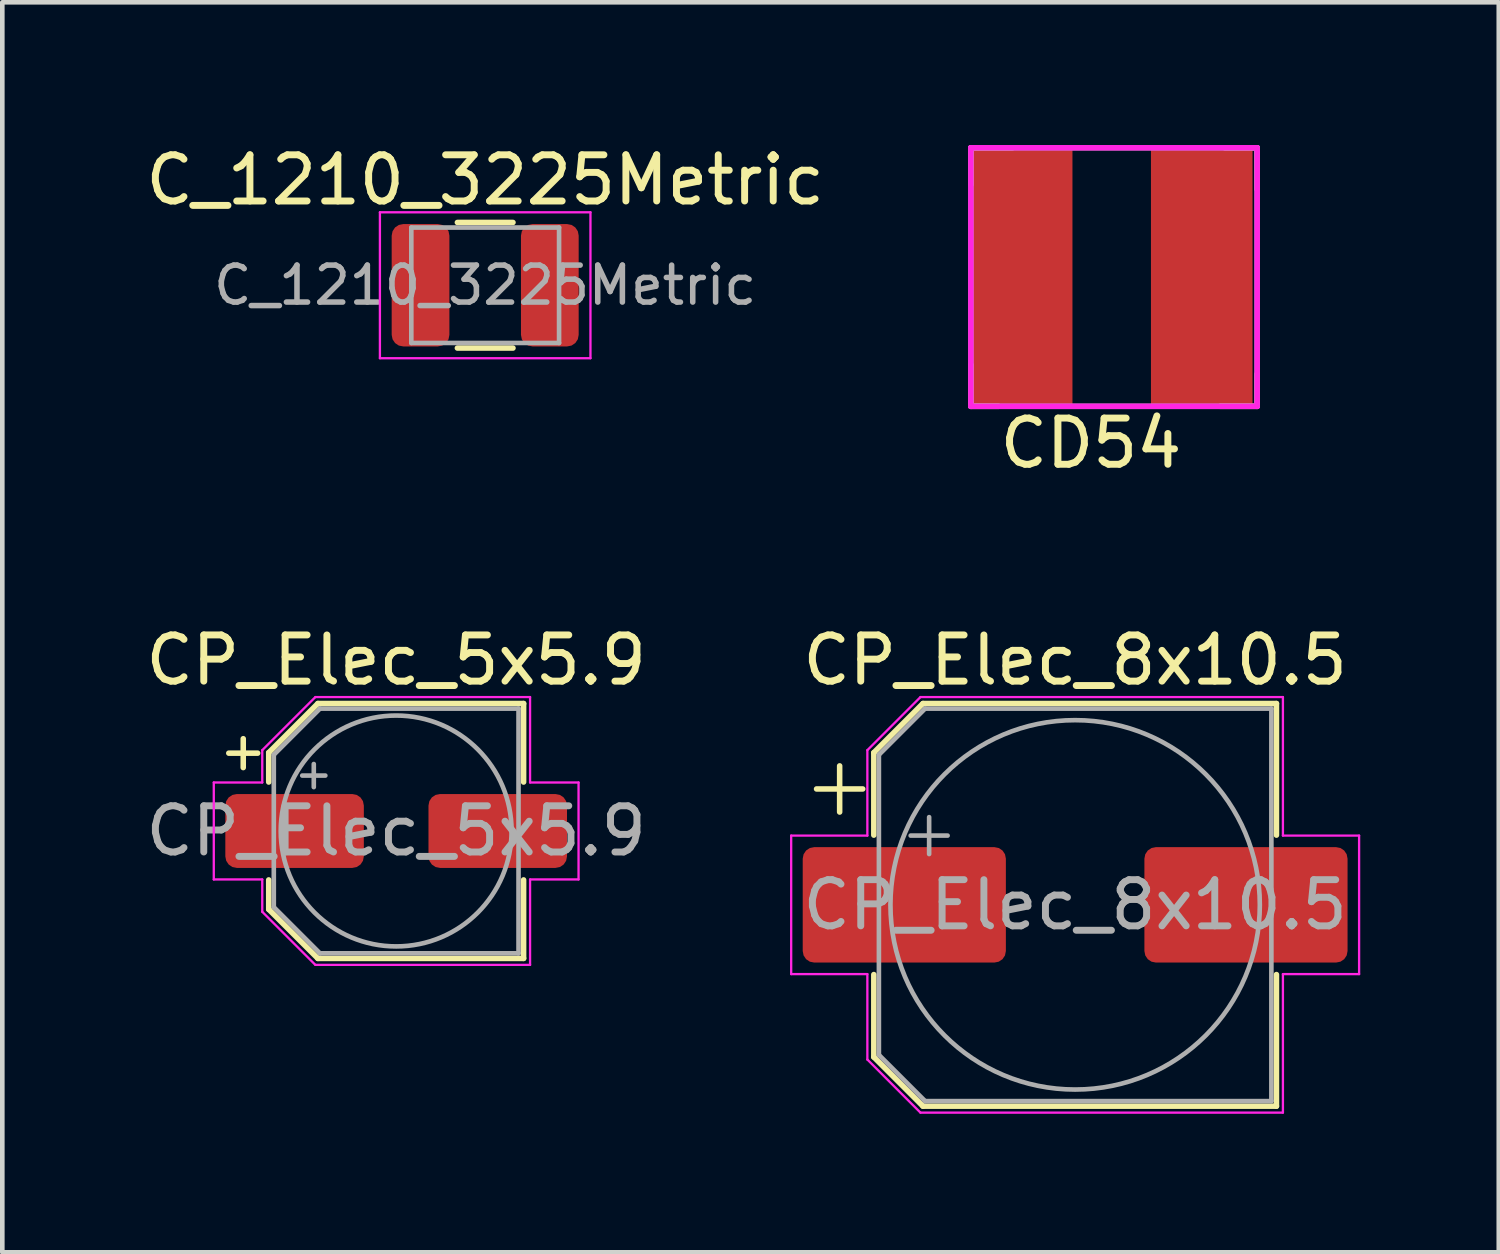
<source format=kicad_pcb>
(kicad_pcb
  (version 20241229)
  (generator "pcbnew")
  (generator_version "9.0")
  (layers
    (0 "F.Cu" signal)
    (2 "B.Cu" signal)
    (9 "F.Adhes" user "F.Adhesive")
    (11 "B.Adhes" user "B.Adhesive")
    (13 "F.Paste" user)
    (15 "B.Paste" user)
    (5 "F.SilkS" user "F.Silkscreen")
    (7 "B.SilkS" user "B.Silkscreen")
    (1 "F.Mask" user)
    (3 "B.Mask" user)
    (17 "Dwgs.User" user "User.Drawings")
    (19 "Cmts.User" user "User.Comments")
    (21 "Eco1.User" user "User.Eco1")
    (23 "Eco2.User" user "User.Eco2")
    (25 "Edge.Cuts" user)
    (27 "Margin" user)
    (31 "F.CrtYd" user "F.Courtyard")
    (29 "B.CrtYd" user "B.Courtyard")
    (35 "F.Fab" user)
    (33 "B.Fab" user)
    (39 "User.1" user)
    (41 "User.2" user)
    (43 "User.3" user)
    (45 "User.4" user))
  (footprint "CP_Elec_8x10.5"
    (layer "F.Cu")
    (at 20.235 16.547)
    (property "Reference" "CP_Elec_8x10.5" (at 0 -5.3 0) (layer "F.SilkS") (effects (font (size 1 1) (thickness 0.15))))
    (attr smd)
    (fp_line (start -5.6 -2.51) (end -4.6 -2.51) (stroke (width 0.12) (type solid)) (layer "F.SilkS"))
    (fp_line (start -5.1 -3.01) (end -5.1 -2.01) (stroke (width 0.12) (type solid)) (layer "F.SilkS"))
    (fp_line (start -4.36 -3.296) (end -4.36 -1.51) (stroke (width 0.12) (type solid)) (layer "F.SilkS"))
    (fp_line (start -4.36 -3.296) (end -3.296 -4.36) (stroke (width 0.12) (type solid)) (layer "F.SilkS"))
    (fp_line (start -4.36 3.296) (end -4.36 1.51) (stroke (width 0.12) (type solid)) (layer "F.SilkS"))
    (fp_line (start -4.36 3.296) (end -3.296 4.36) (stroke (width 0.12) (type solid)) (layer "F.SilkS"))
    (fp_line (start -3.296 -4.36) (end 4.36 -4.36) (stroke (width 0.12) (type solid)) (layer "F.SilkS"))
    (fp_line (start -3.296 4.36) (end 4.36 4.36) (stroke (width 0.12) (type solid)) (layer "F.SilkS"))
    (fp_line (start 4.36 -4.36) (end 4.36 -1.51) (stroke (width 0.12) (type solid)) (layer "F.SilkS"))
    (fp_line (start 4.36 4.36) (end 4.36 1.51) (stroke (width 0.12) (type solid)) (layer "F.SilkS"))
    (fp_line (start -6.15 -1.5) (end -6.15 1.5) (stroke (width 0.05) (type solid)) (layer "F.CrtYd"))
    (fp_line (start -6.15 1.5) (end -4.5 1.5) (stroke (width 0.05) (type solid)) (layer "F.CrtYd"))
    (fp_line (start -4.5 -3.35) (end -4.5 -1.5) (stroke (width 0.05) (type solid)) (layer "F.CrtYd"))
    (fp_line (start -4.5 -3.35) (end -3.35 -4.5) (stroke (width 0.05) (type solid)) (layer "F.CrtYd"))
    (fp_line (start -4.5 -1.5) (end -6.15 -1.5) (stroke (width 0.05) (type solid)) (layer "F.CrtYd"))
    (fp_line (start -4.5 1.5) (end -4.5 3.35) (stroke (width 0.05) (type solid)) (layer "F.CrtYd"))
    (fp_line (start -4.5 3.35) (end -3.35 4.5) (stroke (width 0.05) (type solid)) (layer "F.CrtYd"))
    (fp_line (start -3.35 -4.5) (end 4.5 -4.5) (stroke (width 0.05) (type solid)) (layer "F.CrtYd"))
    (fp_line (start -3.35 4.5) (end 4.5 4.5) (stroke (width 0.05) (type solid)) (layer "F.CrtYd"))
    (fp_line (start 4.5 -4.5) (end 4.5 -1.5) (stroke (width 0.05) (type solid)) (layer "F.CrtYd"))
    (fp_line (start 4.5 -1.5) (end 6.15 -1.5) (stroke (width 0.05) (type solid)) (layer "F.CrtYd"))
    (fp_line (start 4.5 1.5) (end 4.5 4.5) (stroke (width 0.05) (type solid)) (layer "F.CrtYd"))
    (fp_line (start 6.15 -1.5) (end 6.15 1.5) (stroke (width 0.05) (type solid)) (layer "F.CrtYd"))
    (fp_line (start 6.15 1.5) (end 4.5 1.5) (stroke (width 0.05) (type solid)) (layer "F.CrtYd"))
    (fp_line (start -4.25 -3.25) (end -4.25 3.25) (stroke (width 0.1) (type solid)) (layer "F.Fab"))
    (fp_line (start -4.25 -3.25) (end -3.25 -4.25) (stroke (width 0.1) (type solid)) (layer "F.Fab"))
    (fp_line (start -4.25 3.25) (end -3.25 4.25) (stroke (width 0.1) (type solid)) (layer "F.Fab"))
    (fp_line (start -3.562 -1.5) (end -2.762 -1.5) (stroke (width 0.1) (type solid)) (layer "F.Fab"))
    (fp_line (start -3.25 -4.25) (end 4.25 -4.25) (stroke (width 0.1) (type solid)) (layer "F.Fab"))
    (fp_line (start -3.25 4.25) (end 4.25 4.25) (stroke (width 0.1) (type solid)) (layer "F.Fab"))
    (fp_line (start -3.162 -1.9) (end -3.162 -1.1) (stroke (width 0.1) (type solid)) (layer "F.Fab"))
    (fp_line (start 4.25 -4.25) (end 4.25 4.25) (stroke (width 0.1) (type solid)) (layer "F.Fab"))
    (fp_circle (center 0 0) (end 4 0) (stroke (width 0.1) (type solid)) (fill no) (layer "F.Fab"))
    (fp_text user "${REFERENCE}" (at 0 0 0) (layer "F.Fab") (effects (font (size 1 1) (thickness 0.15))))
    (pad "1" smd roundrect (at -3.7 0) (size 4.4 2.5) (layers "F.Cu" "F.Mask" "F.Paste") (roundrect_rratio 0.1))
    (pad "2" smd roundrect (at 3.7 0) (size 4.4 2.5) (layers "F.Cu" "F.Mask" "F.Paste") (roundrect_rratio 0.1)))
  (footprint "C_1210_3225Metric"
    (layer "F.Cu")
    (at 7.458 3.128)
    (property "Reference" "C_1210_3225Metric" (at 0 -2.28 0) (layer "F.SilkS") (effects (font (size 1 1) (thickness 0.15))))
    (attr smd)
    (fp_line (start -0.602 -1.36) (end 0.602 -1.36) (stroke (width 0.12) (type solid)) (layer "F.SilkS"))
    (fp_line (start -0.602 1.36) (end 0.602 1.36) (stroke (width 0.12) (type solid)) (layer "F.SilkS"))
    (fp_line (start -2.28 -1.58) (end 2.28 -1.58) (stroke (width 0.05) (type solid)) (layer "F.CrtYd"))
    (fp_line (start -2.28 1.58) (end -2.28 -1.58) (stroke (width 0.05) (type solid)) (layer "F.CrtYd"))
    (fp_line (start 2.28 -1.58) (end 2.28 1.58) (stroke (width 0.05) (type solid)) (layer "F.CrtYd"))
    (fp_line (start 2.28 1.58) (end -2.28 1.58) (stroke (width 0.05) (type solid)) (layer "F.CrtYd"))
    (fp_line (start -1.6 -1.25) (end 1.6 -1.25) (stroke (width 0.1) (type solid)) (layer "F.Fab"))
    (fp_line (start -1.6 1.25) (end -1.6 -1.25) (stroke (width 0.1) (type solid)) (layer "F.Fab"))
    (fp_line (start 1.6 -1.25) (end 1.6 1.25) (stroke (width 0.1) (type solid)) (layer "F.Fab"))
    (fp_line (start 1.6 1.25) (end -1.6 1.25) (stroke (width 0.1) (type solid)) (layer "F.Fab"))
    (fp_text user "${REFERENCE}" (at 0 0 0) (layer "F.Fab") (effects (font (size 0.8 0.8) (thickness 0.12))))
    (pad "1" smd roundrect (at -1.4 0) (size 1.25 2.65) (layers "F.Cu" "F.Mask" "F.Paste") (roundrect_rratio 0.2))
    (pad "2" smd roundrect (at 1.4 0) (size 1.25 2.65) (layers "F.Cu" "F.Mask" "F.Paste") (roundrect_rratio 0.2)))
  (footprint "CD54"
    (layer "F.Cu")
    (at 21.077 0.25)
    (property "Reference" "CD54" (at -0.5 6.3 0) (layer "F.SilkS") (effects (font (size 1 1) (thickness 0.15))))
    (attr smd)
    (fp_line (start -3.1 -0.1) (end -3.1 0.7) (stroke (width 0.12) (type solid)) (layer "F.SilkS"))
    (fp_line (start -3.1 4.6) (end -3.1 5.5) (stroke (width 0.12) (type solid)) (layer "F.SilkS"))
    (fp_line (start -3.1 5.5) (end -2.5 5.5) (stroke (width 0.12) (type solid)) (layer "F.SilkS"))
    (fp_line (start -2.2 -0.1) (end -3.1 -0.1) (stroke (width 0.12) (type solid)) (layer "F.SilkS"))
    (fp_line (start 2.4 -0.1) (end 3.1 -0.1) (stroke (width 0.12) (type solid)) (layer "F.SilkS"))
    (fp_line (start 3.1 -0.1) (end 3.1 0.8) (stroke (width 0.12) (type solid)) (layer "F.SilkS"))
    (fp_line (start 3.1 4.8) (end 3.1 5.5) (stroke (width 0.12) (type solid)) (layer "F.SilkS"))
    (fp_line (start 3.1 5.5) (end 2.3 5.5) (stroke (width 0.12) (type solid)) (layer "F.SilkS"))
    (fp_line (start -3.1 -0.1) (end 3.1 -0.1) (stroke (width 0.12) (type solid)) (layer "F.CrtYd"))
    (fp_line (start -3.1 5.5) (end -3.1 -0.1) (stroke (width 0.12) (type solid)) (layer "F.CrtYd"))
    (fp_line (start 3.1 -0.1) (end 3.1 5.5) (stroke (width 0.12) (type solid)) (layer "F.CrtYd"))
    (fp_line (start 3.1 5.5) (end -3.1 5.5) (stroke (width 0.12) (type solid)) (layer "F.CrtYd"))
    (fp_line (start -3.1 -0.1) (end 3.1 -0.1) (stroke (width 0.12) (type solid)) (layer "F.Fab"))
    (fp_line (start -3.1 5.5) (end -3.1 -0.1) (stroke (width 0.12) (type solid)) (layer "F.Fab"))
    (fp_line (start 3.1 -0.1) (end 3.1 5.5) (stroke (width 0.12) (type solid)) (layer "F.Fab"))
    (fp_line (start 3.1 5.5) (end -3.1 5.5) (stroke (width 0.12) (type solid)) (layer "F.Fab"))
    (pad "1" smd rect (at -2 2.7) (size 2.2 5.5) (layers "F.Cu" "F.Mask" "F.Paste"))
    (pad "2" smd rect (at 1.9 2.7) (size 2.2 5.5) (layers "F.Cu" "F.Mask" "F.Paste")))
  (footprint "CP_Elec_5x5.9"
    (layer "F.Cu")
    (at 5.53 14.947)
    (property "Reference" "CP_Elec_5x5.9" (at 0 -3.7 0) (layer "F.SilkS") (effects (font (size 1 1) (thickness 0.15))))
    (attr smd)
    (fp_line (start -3.625 -1.685) (end -3 -1.685) (stroke (width 0.12) (type solid)) (layer "F.SilkS"))
    (fp_line (start -3.312 -1.998) (end -3.312 -1.373) (stroke (width 0.12) (type solid)) (layer "F.SilkS"))
    (fp_line (start -2.76 -1.696) (end -2.76 -1.06) (stroke (width 0.12) (type solid)) (layer "F.SilkS"))
    (fp_line (start -2.76 -1.696) (end -1.696 -2.76) (stroke (width 0.12) (type solid)) (layer "F.SilkS"))
    (fp_line (start -2.76 1.696) (end -2.76 1.06) (stroke (width 0.12) (type solid)) (layer "F.SilkS"))
    (fp_line (start -2.76 1.696) (end -1.696 2.76) (stroke (width 0.12) (type solid)) (layer "F.SilkS"))
    (fp_line (start -1.696 -2.76) (end 2.76 -2.76) (stroke (width 0.12) (type solid)) (layer "F.SilkS"))
    (fp_line (start -1.696 2.76) (end 2.76 2.76) (stroke (width 0.12) (type solid)) (layer "F.SilkS"))
    (fp_line (start 2.76 -2.76) (end 2.76 -1.06) (stroke (width 0.12) (type solid)) (layer "F.SilkS"))
    (fp_line (start 2.76 2.76) (end 2.76 1.06) (stroke (width 0.12) (type solid)) (layer "F.SilkS"))
    (fp_line (start -3.95 -1.05) (end -3.95 1.05) (stroke (width 0.05) (type solid)) (layer "F.CrtYd"))
    (fp_line (start -3.95 1.05) (end -2.9 1.05) (stroke (width 0.05) (type solid)) (layer "F.CrtYd"))
    (fp_line (start -2.9 -1.75) (end -2.9 -1.05) (stroke (width 0.05) (type solid)) (layer "F.CrtYd"))
    (fp_line (start -2.9 -1.75) (end -1.75 -2.9) (stroke (width 0.05) (type solid)) (layer "F.CrtYd"))
    (fp_line (start -2.9 -1.05) (end -3.95 -1.05) (stroke (width 0.05) (type solid)) (layer "F.CrtYd"))
    (fp_line (start -2.9 1.05) (end -2.9 1.75) (stroke (width 0.05) (type solid)) (layer "F.CrtYd"))
    (fp_line (start -2.9 1.75) (end -1.75 2.9) (stroke (width 0.05) (type solid)) (layer "F.CrtYd"))
    (fp_line (start -1.75 -2.9) (end 2.9 -2.9) (stroke (width 0.05) (type solid)) (layer "F.CrtYd"))
    (fp_line (start -1.75 2.9) (end 2.9 2.9) (stroke (width 0.05) (type solid)) (layer "F.CrtYd"))
    (fp_line (start 2.9 -2.9) (end 2.9 -1.05) (stroke (width 0.05) (type solid)) (layer "F.CrtYd"))
    (fp_line (start 2.9 -1.05) (end 3.95 -1.05) (stroke (width 0.05) (type solid)) (layer "F.CrtYd"))
    (fp_line (start 2.9 1.05) (end 2.9 2.9) (stroke (width 0.05) (type solid)) (layer "F.CrtYd"))
    (fp_line (start 3.95 -1.05) (end 3.95 1.05) (stroke (width 0.05) (type solid)) (layer "F.CrtYd"))
    (fp_line (start 3.95 1.05) (end 2.9 1.05) (stroke (width 0.05) (type solid)) (layer "F.CrtYd"))
    (fp_line (start -2.65 -1.65) (end -2.65 1.65) (stroke (width 0.1) (type solid)) (layer "F.Fab"))
    (fp_line (start -2.65 -1.65) (end -1.65 -2.65) (stroke (width 0.1) (type solid)) (layer "F.Fab"))
    (fp_line (start -2.65 1.65) (end -1.65 2.65) (stroke (width 0.1) (type solid)) (layer "F.Fab"))
    (fp_line (start -2.034 -1.2) (end -1.534 -1.2) (stroke (width 0.1) (type solid)) (layer "F.Fab"))
    (fp_line (start -1.784 -1.45) (end -1.784 -0.95) (stroke (width 0.1) (type solid)) (layer "F.Fab"))
    (fp_line (start -1.65 -2.65) (end 2.65 -2.65) (stroke (width 0.1) (type solid)) (layer "F.Fab"))
    (fp_line (start -1.65 2.65) (end 2.65 2.65) (stroke (width 0.1) (type solid)) (layer "F.Fab"))
    (fp_line (start 2.65 -2.65) (end 2.65 2.65) (stroke (width 0.1) (type solid)) (layer "F.Fab"))
    (fp_circle (center 0 0) (end 2.5 0) (stroke (width 0.1) (type solid)) (fill no) (layer "F.Fab"))
    (fp_text user "${REFERENCE}" (at 0 0 0) (layer "F.Fab") (effects (font (size 1 1) (thickness 0.15))))
    (pad "1" smd roundrect (at -2.2 0) (size 3 1.6) (layers "F.Cu" "F.Mask" "F.Paste") (roundrect_rratio 0.156))
    (pad "2" smd roundrect (at 2.2 0) (size 3 1.6) (layers "F.Cu" "F.Mask" "F.Paste") (roundrect_rratio 0.156)))
  (gr_rect
    (start -3 -3)
    (end 29.41 24.072)
    (stroke (width 0.1) (type default))
    (fill no)
    (layer "Edge.Cuts")))
</source>
